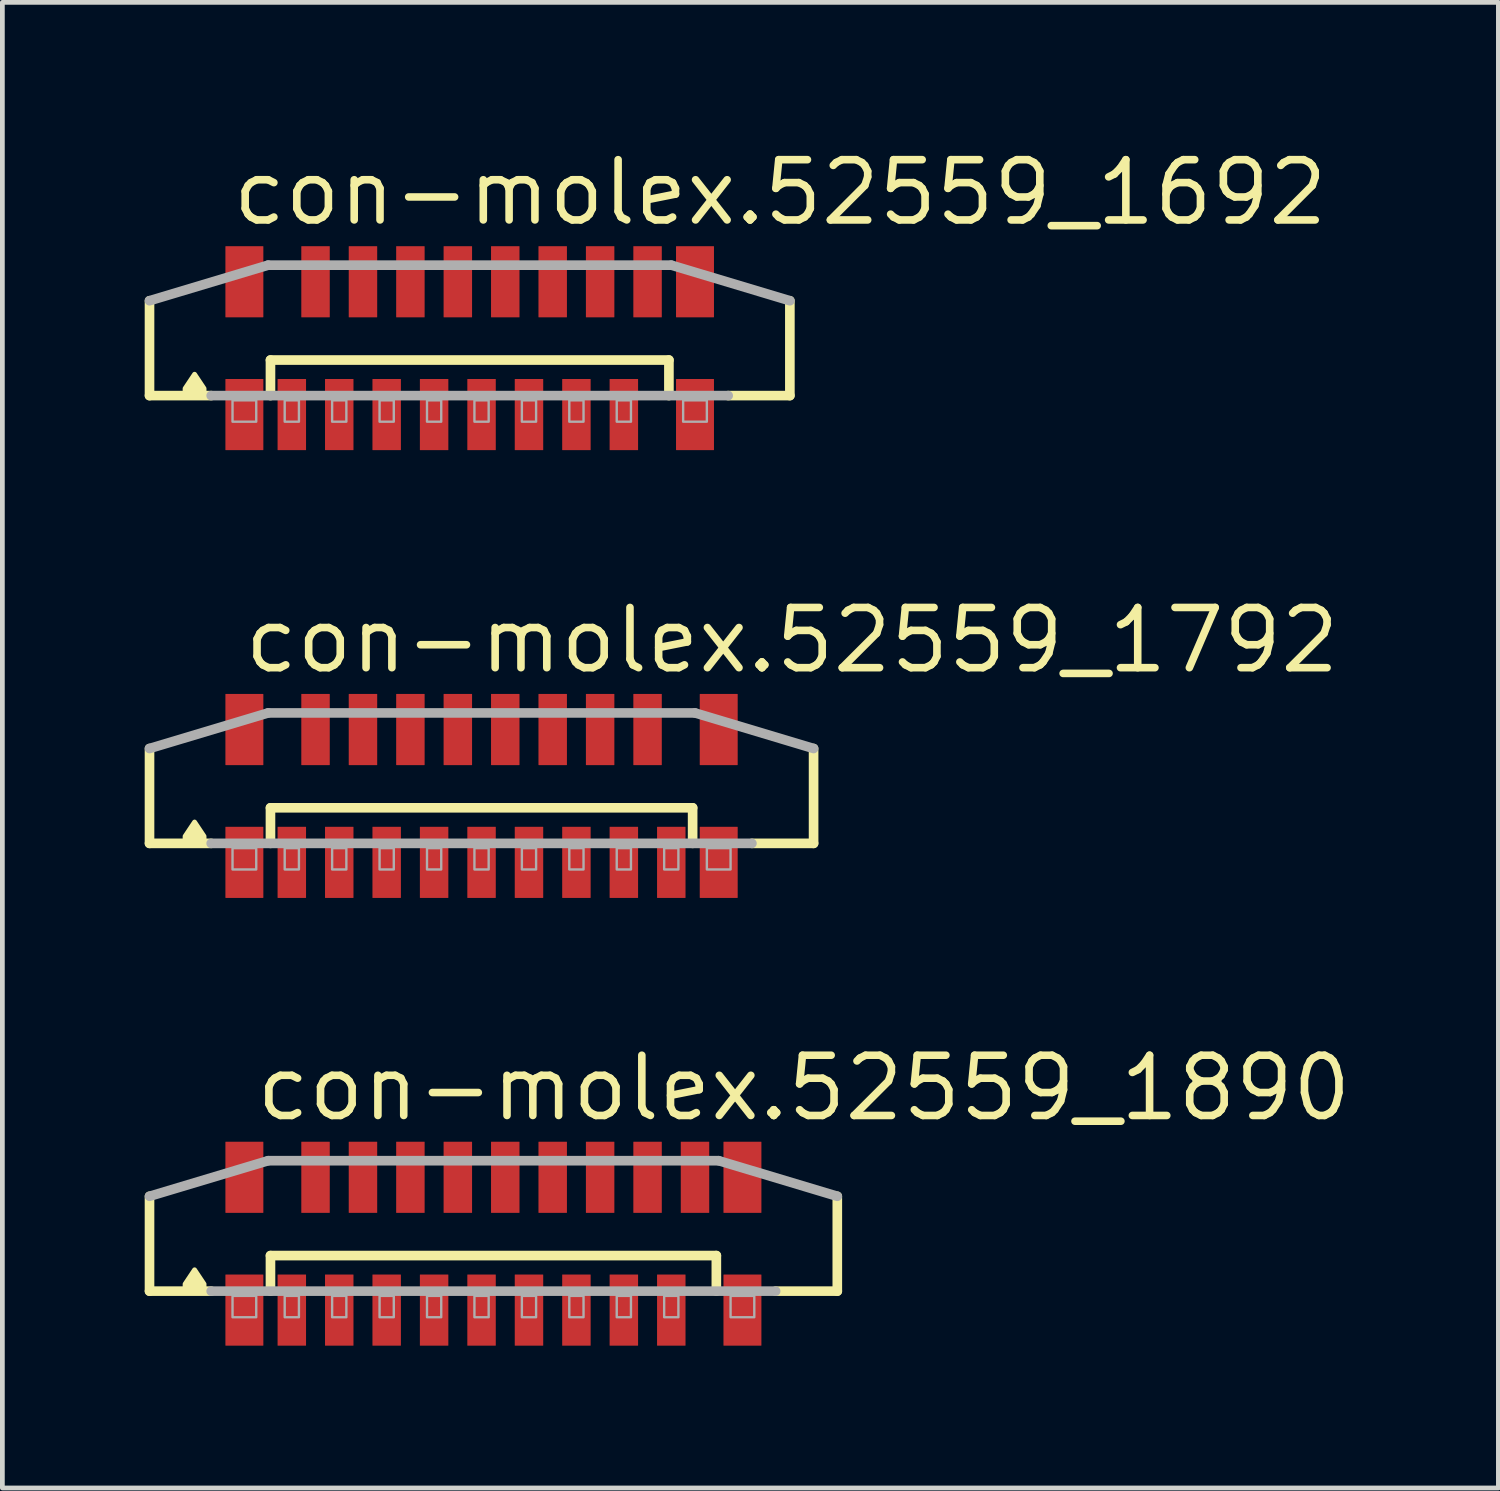
<source format=kicad_pcb>
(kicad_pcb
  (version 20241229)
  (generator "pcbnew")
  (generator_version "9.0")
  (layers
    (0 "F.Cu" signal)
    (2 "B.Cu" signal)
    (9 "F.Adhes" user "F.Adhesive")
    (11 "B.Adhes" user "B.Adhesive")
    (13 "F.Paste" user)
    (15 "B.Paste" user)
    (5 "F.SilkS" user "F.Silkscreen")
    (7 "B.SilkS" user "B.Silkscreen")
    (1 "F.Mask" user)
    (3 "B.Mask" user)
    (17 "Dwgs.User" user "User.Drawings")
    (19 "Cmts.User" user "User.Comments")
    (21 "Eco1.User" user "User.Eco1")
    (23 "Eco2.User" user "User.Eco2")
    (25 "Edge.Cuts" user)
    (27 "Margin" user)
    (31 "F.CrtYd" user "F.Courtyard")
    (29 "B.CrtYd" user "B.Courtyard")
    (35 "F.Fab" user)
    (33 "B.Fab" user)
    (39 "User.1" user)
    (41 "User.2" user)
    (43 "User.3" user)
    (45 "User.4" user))
  (footprint "con-molex.52559_1792"
    (layer "F.Cu")
    (at 7.102 13.73)
    (property "Reference" "con-molex.52559_1792" (at -5.08 -2.54 0) (layer "F.SilkS") (effects (font (size 1.27 1.27) (thickness 0.16)) (justify left bottom)))
    (attr smd)
    (fp_line (start -7 1) (end -7 -1) (stroke (width 0.203) (type default)) (layer "F.SilkS"))
    (fp_line (start -5.7 1) (end -7 1) (stroke (width 0.203) (type default)) (layer "F.SilkS"))
    (fp_line (start -4.45 0.25) (end 4.45 0.25) (stroke (width 0.203) (type default)) (layer "F.SilkS"))
    (fp_line (start -4.45 1) (end -4.45 0.25) (stroke (width 0.203) (type default)) (layer "F.SilkS"))
    (fp_line (start 4.45 0.25) (end 4.45 1) (stroke (width 0.203) (type default)) (layer "F.SilkS"))
    (fp_line (start 7 -1) (end 7 1) (stroke (width 0.203) (type default)) (layer "F.SilkS"))
    (fp_line (start 7 1) (end 5.7 1) (stroke (width 0.203) (type default)) (layer "F.SilkS"))
    (fp_poly (pts (xy -5.85 0.95) (xy -5.85 0.85) (xy -6.05 0.55) (xy -6.25 0.85) (xy -6.25 0.95)) (stroke (width 0.102) (type default)) (fill yes) (layer "F.SilkS"))
    (fp_line (start -7 -1) (end -4.5 -1.75) (stroke (width 0.203) (type default)) (layer "F.Fab"))
    (fp_line (start -4.5 -1.75) (end 4.5 -1.75) (stroke (width 0.203) (type default)) (layer "F.Fab"))
    (fp_line (start 4.5 -1.75) (end 7 -1) (stroke (width 0.203) (type default)) (layer "F.Fab"))
    (fp_line (start 5.7 1) (end -5.7 1) (stroke (width 0.203) (type default)) (layer "F.Fab"))
    (fp_rect (start -5.25 1.55) (end -4.75 1.1) (stroke (width 0.05) (type default)) (fill no) (layer "F.Fab"))
    (fp_rect (start -4.15 1.55) (end -3.85 1.1) (stroke (width 0.05) (type default)) (fill no) (layer "F.Fab"))
    (fp_rect (start -3.15 1.55) (end -2.85 1.1) (stroke (width 0.05) (type default)) (fill no) (layer "F.Fab"))
    (fp_rect (start -2.15 1.55) (end -1.85 1.1) (stroke (width 0.05) (type default)) (fill no) (layer "F.Fab"))
    (fp_rect (start -1.15 1.55) (end -0.85 1.1) (stroke (width 0.05) (type default)) (fill no) (layer "F.Fab"))
    (fp_rect (start -0.15 1.55) (end 0.15 1.1) (stroke (width 0.05) (type default)) (fill no) (layer "F.Fab"))
    (fp_rect (start 0.85 1.55) (end 1.15 1.1) (stroke (width 0.05) (type default)) (fill no) (layer "F.Fab"))
    (fp_rect (start 1.85 1.55) (end 2.15 1.1) (stroke (width 0.05) (type default)) (fill no) (layer "F.Fab"))
    (fp_rect (start 2.85 1.55) (end 3.15 1.1) (stroke (width 0.05) (type default)) (fill no) (layer "F.Fab"))
    (fp_rect (start 3.85 1.55) (end 4.15 1.1) (stroke (width 0.05) (type default)) (fill no) (layer "F.Fab"))
    (fp_rect (start 4.75 1.55) (end 5.25 1.1) (stroke (width 0.05) (type default)) (fill no) (layer "F.Fab"))
    (pad "1" smd roundrect (at -4 1.4) (size 0.6 1.5) (layers "F.Cu" "F.Mask" "F.Paste") (roundrect_rratio 0.01))
    (pad "2" smd roundrect (at -3.5 -1.4 180) (size 0.6 1.5) (layers "F.Cu" "F.Mask" "F.Paste") (roundrect_rratio 0.01))
    (pad "3" smd roundrect (at -3 1.4) (size 0.6 1.5) (layers "F.Cu" "F.Mask" "F.Paste") (roundrect_rratio 0.01))
    (pad "4" smd roundrect (at -2.5 -1.4 180) (size 0.6 1.5) (layers "F.Cu" "F.Mask" "F.Paste") (roundrect_rratio 0.01))
    (pad "5" smd roundrect (at -2 1.4) (size 0.6 1.5) (layers "F.Cu" "F.Mask" "F.Paste") (roundrect_rratio 0.01))
    (pad "6" smd roundrect (at -1.5 -1.4 180) (size 0.6 1.5) (layers "F.Cu" "F.Mask" "F.Paste") (roundrect_rratio 0.01))
    (pad "7" smd roundrect (at -1 1.4) (size 0.6 1.5) (layers "F.Cu" "F.Mask" "F.Paste") (roundrect_rratio 0.01))
    (pad "8" smd roundrect (at -0.5 -1.4 180) (size 0.6 1.5) (layers "F.Cu" "F.Mask" "F.Paste") (roundrect_rratio 0.01))
    (pad "9" smd roundrect (at 0 1.4) (size 0.6 1.5) (layers "F.Cu" "F.Mask" "F.Paste") (roundrect_rratio 0.01))
    (pad "10" smd roundrect (at 0.5 -1.4 180) (size 0.6 1.5) (layers "F.Cu" "F.Mask" "F.Paste") (roundrect_rratio 0.01))
    (pad "11" smd roundrect (at 1 1.4) (size 0.6 1.5) (layers "F.Cu" "F.Mask" "F.Paste") (roundrect_rratio 0.01))
    (pad "12" smd roundrect (at 1.5 -1.4 180) (size 0.6 1.5) (layers "F.Cu" "F.Mask" "F.Paste") (roundrect_rratio 0.01))
    (pad "13" smd roundrect (at 2 1.4) (size 0.6 1.5) (layers "F.Cu" "F.Mask" "F.Paste") (roundrect_rratio 0.01))
    (pad "14" smd roundrect (at 2.5 -1.4 180) (size 0.6 1.5) (layers "F.Cu" "F.Mask" "F.Paste") (roundrect_rratio 0.01))
    (pad "15" smd roundrect (at 3 1.4) (size 0.6 1.5) (layers "F.Cu" "F.Mask" "F.Paste") (roundrect_rratio 0.01))
    (pad "16" smd roundrect (at 3.5 -1.4 180) (size 0.6 1.5) (layers "F.Cu" "F.Mask" "F.Paste") (roundrect_rratio 0.01))
    (pad "17" smd roundrect (at 4 1.4) (size 0.6 1.5) (layers "F.Cu" "F.Mask" "F.Paste") (roundrect_rratio 0.01))
    (pad "M1" smd roundrect (at -5 1.4) (size 0.8 1.5) (layers "F.Cu" "F.Mask" "F.Paste") (roundrect_rratio 0.01))
    (pad "M2" smd roundrect (at 5 1.4) (size 0.8 1.5) (layers "F.Cu" "F.Mask" "F.Paste") (roundrect_rratio 0.01))
    (pad "M3" smd roundrect (at 5 -1.4 180) (size 0.8 1.5) (layers "F.Cu" "F.Mask" "F.Paste") (roundrect_rratio 0.01))
    (pad "M4" smd roundrect (at -5 -1.4 180) (size 0.8 1.5) (layers "F.Cu" "F.Mask" "F.Paste") (roundrect_rratio 0.01)))
  (footprint "con-molex.52559_1692"
    (layer "F.Cu")
    (at 6.852 4.29)
    (property "Reference" "con-molex.52559_1692" (at -5.08 -2.54 0) (layer "F.SilkS") (effects (font (size 1.27 1.27) (thickness 0.16)) (justify left bottom)))
    (attr smd)
    (fp_line (start -6.75 1) (end -6.75 -1) (stroke (width 0.203) (type default)) (layer "F.SilkS"))
    (fp_line (start -5.45 1) (end -6.75 1) (stroke (width 0.203) (type default)) (layer "F.SilkS"))
    (fp_line (start -4.2 0.25) (end 4.2 0.25) (stroke (width 0.203) (type default)) (layer "F.SilkS"))
    (fp_line (start -4.2 1) (end -4.2 0.25) (stroke (width 0.203) (type default)) (layer "F.SilkS"))
    (fp_line (start 4.2 0.25) (end 4.2 1) (stroke (width 0.203) (type default)) (layer "F.SilkS"))
    (fp_line (start 6.75 -1) (end 6.75 1) (stroke (width 0.203) (type default)) (layer "F.SilkS"))
    (fp_line (start 6.75 1) (end 5.45 1) (stroke (width 0.203) (type default)) (layer "F.SilkS"))
    (fp_poly (pts (xy -5.6 0.95) (xy -5.6 0.85) (xy -5.8 0.55) (xy -6 0.85) (xy -6 0.95)) (stroke (width 0.102) (type default)) (fill yes) (layer "F.SilkS"))
    (fp_line (start -6.75 -1) (end -4.25 -1.75) (stroke (width 0.203) (type default)) (layer "F.Fab"))
    (fp_line (start -4.25 -1.75) (end 4.25 -1.75) (stroke (width 0.203) (type default)) (layer "F.Fab"))
    (fp_line (start 4.25 -1.75) (end 6.75 -1) (stroke (width 0.203) (type default)) (layer "F.Fab"))
    (fp_line (start 5.45 1) (end -5.45 1) (stroke (width 0.203) (type default)) (layer "F.Fab"))
    (fp_rect (start -5 1.55) (end -4.5 1.1) (stroke (width 0.05) (type default)) (fill no) (layer "F.Fab"))
    (fp_rect (start -3.9 1.55) (end -3.6 1.1) (stroke (width 0.05) (type default)) (fill no) (layer "F.Fab"))
    (fp_rect (start -2.9 1.55) (end -2.6 1.1) (stroke (width 0.05) (type default)) (fill no) (layer "F.Fab"))
    (fp_rect (start -1.9 1.55) (end -1.6 1.1) (stroke (width 0.05) (type default)) (fill no) (layer "F.Fab"))
    (fp_rect (start -0.9 1.55) (end -0.6 1.1) (stroke (width 0.05) (type default)) (fill no) (layer "F.Fab"))
    (fp_rect (start 0.1 1.55) (end 0.4 1.1) (stroke (width 0.05) (type default)) (fill no) (layer "F.Fab"))
    (fp_rect (start 1.1 1.55) (end 1.4 1.1) (stroke (width 0.05) (type default)) (fill no) (layer "F.Fab"))
    (fp_rect (start 2.1 1.55) (end 2.4 1.1) (stroke (width 0.05) (type default)) (fill no) (layer "F.Fab"))
    (fp_rect (start 3.1 1.55) (end 3.4 1.1) (stroke (width 0.05) (type default)) (fill no) (layer "F.Fab"))
    (fp_rect (start 4.5 1.55) (end 5 1.1) (stroke (width 0.05) (type default)) (fill no) (layer "F.Fab"))
    (pad "1" smd roundrect (at -3.75 1.4) (size 0.6 1.5) (layers "F.Cu" "F.Mask" "F.Paste") (roundrect_rratio 0.01))
    (pad "2" smd roundrect (at -3.25 -1.4 180) (size 0.6 1.5) (layers "F.Cu" "F.Mask" "F.Paste") (roundrect_rratio 0.01))
    (pad "3" smd roundrect (at -2.75 1.4) (size 0.6 1.5) (layers "F.Cu" "F.Mask" "F.Paste") (roundrect_rratio 0.01))
    (pad "4" smd roundrect (at -2.25 -1.4 180) (size 0.6 1.5) (layers "F.Cu" "F.Mask" "F.Paste") (roundrect_rratio 0.01))
    (pad "5" smd roundrect (at -1.75 1.4) (size 0.6 1.5) (layers "F.Cu" "F.Mask" "F.Paste") (roundrect_rratio 0.01))
    (pad "6" smd roundrect (at -1.25 -1.4 180) (size 0.6 1.5) (layers "F.Cu" "F.Mask" "F.Paste") (roundrect_rratio 0.01))
    (pad "7" smd roundrect (at -0.75 1.4) (size 0.6 1.5) (layers "F.Cu" "F.Mask" "F.Paste") (roundrect_rratio 0.01))
    (pad "8" smd roundrect (at -0.25 -1.4 180) (size 0.6 1.5) (layers "F.Cu" "F.Mask" "F.Paste") (roundrect_rratio 0.01))
    (pad "9" smd roundrect (at 0.25 1.4) (size 0.6 1.5) (layers "F.Cu" "F.Mask" "F.Paste") (roundrect_rratio 0.01))
    (pad "10" smd roundrect (at 0.75 -1.4 180) (size 0.6 1.5) (layers "F.Cu" "F.Mask" "F.Paste") (roundrect_rratio 0.01))
    (pad "11" smd roundrect (at 1.25 1.4) (size 0.6 1.5) (layers "F.Cu" "F.Mask" "F.Paste") (roundrect_rratio 0.01))
    (pad "12" smd roundrect (at 1.75 -1.4 180) (size 0.6 1.5) (layers "F.Cu" "F.Mask" "F.Paste") (roundrect_rratio 0.01))
    (pad "13" smd roundrect (at 2.25 1.4) (size 0.6 1.5) (layers "F.Cu" "F.Mask" "F.Paste") (roundrect_rratio 0.01))
    (pad "14" smd roundrect (at 2.75 -1.4 180) (size 0.6 1.5) (layers "F.Cu" "F.Mask" "F.Paste") (roundrect_rratio 0.01))
    (pad "15" smd roundrect (at 3.25 1.4) (size 0.6 1.5) (layers "F.Cu" "F.Mask" "F.Paste") (roundrect_rratio 0.01))
    (pad "16" smd roundrect (at 3.75 -1.4 180) (size 0.6 1.5) (layers "F.Cu" "F.Mask" "F.Paste") (roundrect_rratio 0.01))
    (pad "M1" smd roundrect (at -4.75 1.4) (size 0.8 1.5) (layers "F.Cu" "F.Mask" "F.Paste") (roundrect_rratio 0.01))
    (pad "M2" smd roundrect (at 4.75 1.4) (size 0.8 1.5) (layers "F.Cu" "F.Mask" "F.Paste") (roundrect_rratio 0.01))
    (pad "M3" smd roundrect (at 4.75 -1.4 180) (size 0.8 1.5) (layers "F.Cu" "F.Mask" "F.Paste") (roundrect_rratio 0.01))
    (pad "M4" smd roundrect (at -4.75 -1.4 180) (size 0.8 1.5) (layers "F.Cu" "F.Mask" "F.Paste") (roundrect_rratio 0.01)))
  (footprint "con-molex.52559_1890"
    (layer "F.Cu")
    (at 7.352 23.17)
    (property "Reference" "con-molex.52559_1890" (at -5.08 -2.54 0) (layer "F.SilkS") (effects (font (size 1.27 1.27) (thickness 0.16)) (justify left bottom)))
    (attr smd)
    (fp_line (start -7.25 1) (end -7.25 -1) (stroke (width 0.203) (type default)) (layer "F.SilkS"))
    (fp_line (start -5.95 1) (end -7.25 1) (stroke (width 0.203) (type default)) (layer "F.SilkS"))
    (fp_line (start -4.7 0.25) (end 4.7 0.25) (stroke (width 0.203) (type default)) (layer "F.SilkS"))
    (fp_line (start -4.7 1) (end -4.7 0.25) (stroke (width 0.203) (type default)) (layer "F.SilkS"))
    (fp_line (start 4.7 0.25) (end 4.7 1) (stroke (width 0.203) (type default)) (layer "F.SilkS"))
    (fp_line (start 7.25 -1) (end 7.25 1) (stroke (width 0.203) (type default)) (layer "F.SilkS"))
    (fp_line (start 7.25 1) (end 5.95 1) (stroke (width 0.203) (type default)) (layer "F.SilkS"))
    (fp_poly (pts (xy -6.1 0.95) (xy -6.1 0.85) (xy -6.3 0.55) (xy -6.5 0.85) (xy -6.5 0.95)) (stroke (width 0.102) (type default)) (fill yes) (layer "F.SilkS"))
    (fp_line (start -7.25 -1) (end -4.75 -1.75) (stroke (width 0.203) (type default)) (layer "F.Fab"))
    (fp_line (start -4.75 -1.75) (end 4.75 -1.75) (stroke (width 0.203) (type default)) (layer "F.Fab"))
    (fp_line (start 4.75 -1.75) (end 7.25 -1) (stroke (width 0.203) (type default)) (layer "F.Fab"))
    (fp_line (start 5.95 1) (end -5.95 1) (stroke (width 0.203) (type default)) (layer "F.Fab"))
    (fp_rect (start -5.5 1.55) (end -5 1.1) (stroke (width 0.05) (type default)) (fill no) (layer "F.Fab"))
    (fp_rect (start -4.4 1.55) (end -4.1 1.1) (stroke (width 0.05) (type default)) (fill no) (layer "F.Fab"))
    (fp_rect (start -3.4 1.55) (end -3.1 1.1) (stroke (width 0.05) (type default)) (fill no) (layer "F.Fab"))
    (fp_rect (start -2.4 1.55) (end -2.1 1.1) (stroke (width 0.05) (type default)) (fill no) (layer "F.Fab"))
    (fp_rect (start -1.4 1.55) (end -1.1 1.1) (stroke (width 0.05) (type default)) (fill no) (layer "F.Fab"))
    (fp_rect (start -0.4 1.55) (end -0.1 1.1) (stroke (width 0.05) (type default)) (fill no) (layer "F.Fab"))
    (fp_rect (start 0.6 1.55) (end 0.9 1.1) (stroke (width 0.05) (type default)) (fill no) (layer "F.Fab"))
    (fp_rect (start 1.6 1.55) (end 1.9 1.1) (stroke (width 0.05) (type default)) (fill no) (layer "F.Fab"))
    (fp_rect (start 2.6 1.55) (end 2.9 1.1) (stroke (width 0.05) (type default)) (fill no) (layer "F.Fab"))
    (fp_rect (start 3.6 1.55) (end 3.9 1.1) (stroke (width 0.05) (type default)) (fill no) (layer "F.Fab"))
    (fp_rect (start 5 1.55) (end 5.5 1.1) (stroke (width 0.05) (type default)) (fill no) (layer "F.Fab"))
    (pad "1" smd roundrect (at -4.25 1.4) (size 0.6 1.5) (layers "F.Cu" "F.Mask" "F.Paste") (roundrect_rratio 0.01))
    (pad "2" smd roundrect (at -3.75 -1.4 180) (size 0.6 1.5) (layers "F.Cu" "F.Mask" "F.Paste") (roundrect_rratio 0.01))
    (pad "3" smd roundrect (at -3.25 1.4) (size 0.6 1.5) (layers "F.Cu" "F.Mask" "F.Paste") (roundrect_rratio 0.01))
    (pad "4" smd roundrect (at -2.75 -1.4 180) (size 0.6 1.5) (layers "F.Cu" "F.Mask" "F.Paste") (roundrect_rratio 0.01))
    (pad "5" smd roundrect (at -2.25 1.4) (size 0.6 1.5) (layers "F.Cu" "F.Mask" "F.Paste") (roundrect_rratio 0.01))
    (pad "6" smd roundrect (at -1.75 -1.4 180) (size 0.6 1.5) (layers "F.Cu" "F.Mask" "F.Paste") (roundrect_rratio 0.01))
    (pad "7" smd roundrect (at -1.25 1.4) (size 0.6 1.5) (layers "F.Cu" "F.Mask" "F.Paste") (roundrect_rratio 0.01))
    (pad "8" smd roundrect (at -0.75 -1.4 180) (size 0.6 1.5) (layers "F.Cu" "F.Mask" "F.Paste") (roundrect_rratio 0.01))
    (pad "9" smd roundrect (at -0.25 1.4) (size 0.6 1.5) (layers "F.Cu" "F.Mask" "F.Paste") (roundrect_rratio 0.01))
    (pad "10" smd roundrect (at 0.25 -1.4 180) (size 0.6 1.5) (layers "F.Cu" "F.Mask" "F.Paste") (roundrect_rratio 0.01))
    (pad "11" smd roundrect (at 0.75 1.4) (size 0.6 1.5) (layers "F.Cu" "F.Mask" "F.Paste") (roundrect_rratio 0.01))
    (pad "12" smd roundrect (at 1.25 -1.4 180) (size 0.6 1.5) (layers "F.Cu" "F.Mask" "F.Paste") (roundrect_rratio 0.01))
    (pad "13" smd roundrect (at 1.75 1.4) (size 0.6 1.5) (layers "F.Cu" "F.Mask" "F.Paste") (roundrect_rratio 0.01))
    (pad "14" smd roundrect (at 2.25 -1.4 180) (size 0.6 1.5) (layers "F.Cu" "F.Mask" "F.Paste") (roundrect_rratio 0.01))
    (pad "15" smd roundrect (at 2.75 1.4) (size 0.6 1.5) (layers "F.Cu" "F.Mask" "F.Paste") (roundrect_rratio 0.01))
    (pad "16" smd roundrect (at 3.25 -1.4 180) (size 0.6 1.5) (layers "F.Cu" "F.Mask" "F.Paste") (roundrect_rratio 0.01))
    (pad "17" smd roundrect (at 3.75 1.4) (size 0.6 1.5) (layers "F.Cu" "F.Mask" "F.Paste") (roundrect_rratio 0.01))
    (pad "18" smd roundrect (at 4.25 -1.4 180) (size 0.6 1.5) (layers "F.Cu" "F.Mask" "F.Paste") (roundrect_rratio 0.01))
    (pad "M1" smd roundrect (at -5.25 1.4) (size 0.8 1.5) (layers "F.Cu" "F.Mask" "F.Paste") (roundrect_rratio 0.01))
    (pad "M2" smd roundrect (at 5.25 1.4) (size 0.8 1.5) (layers "F.Cu" "F.Mask" "F.Paste") (roundrect_rratio 0.01))
    (pad "M3" smd roundrect (at 5.25 -1.4 180) (size 0.8 1.5) (layers "F.Cu" "F.Mask" "F.Paste") (roundrect_rratio 0.01))
    (pad "M4" smd roundrect (at -5.25 -1.4 180) (size 0.8 1.5) (layers "F.Cu" "F.Mask" "F.Paste") (roundrect_rratio 0.01)))
  (gr_rect
    (start -3 -3)
    (end 28.539 28.32)
    (stroke (width 0.1) (type default))
    (fill no)
    (layer "Edge.Cuts")))
</source>
